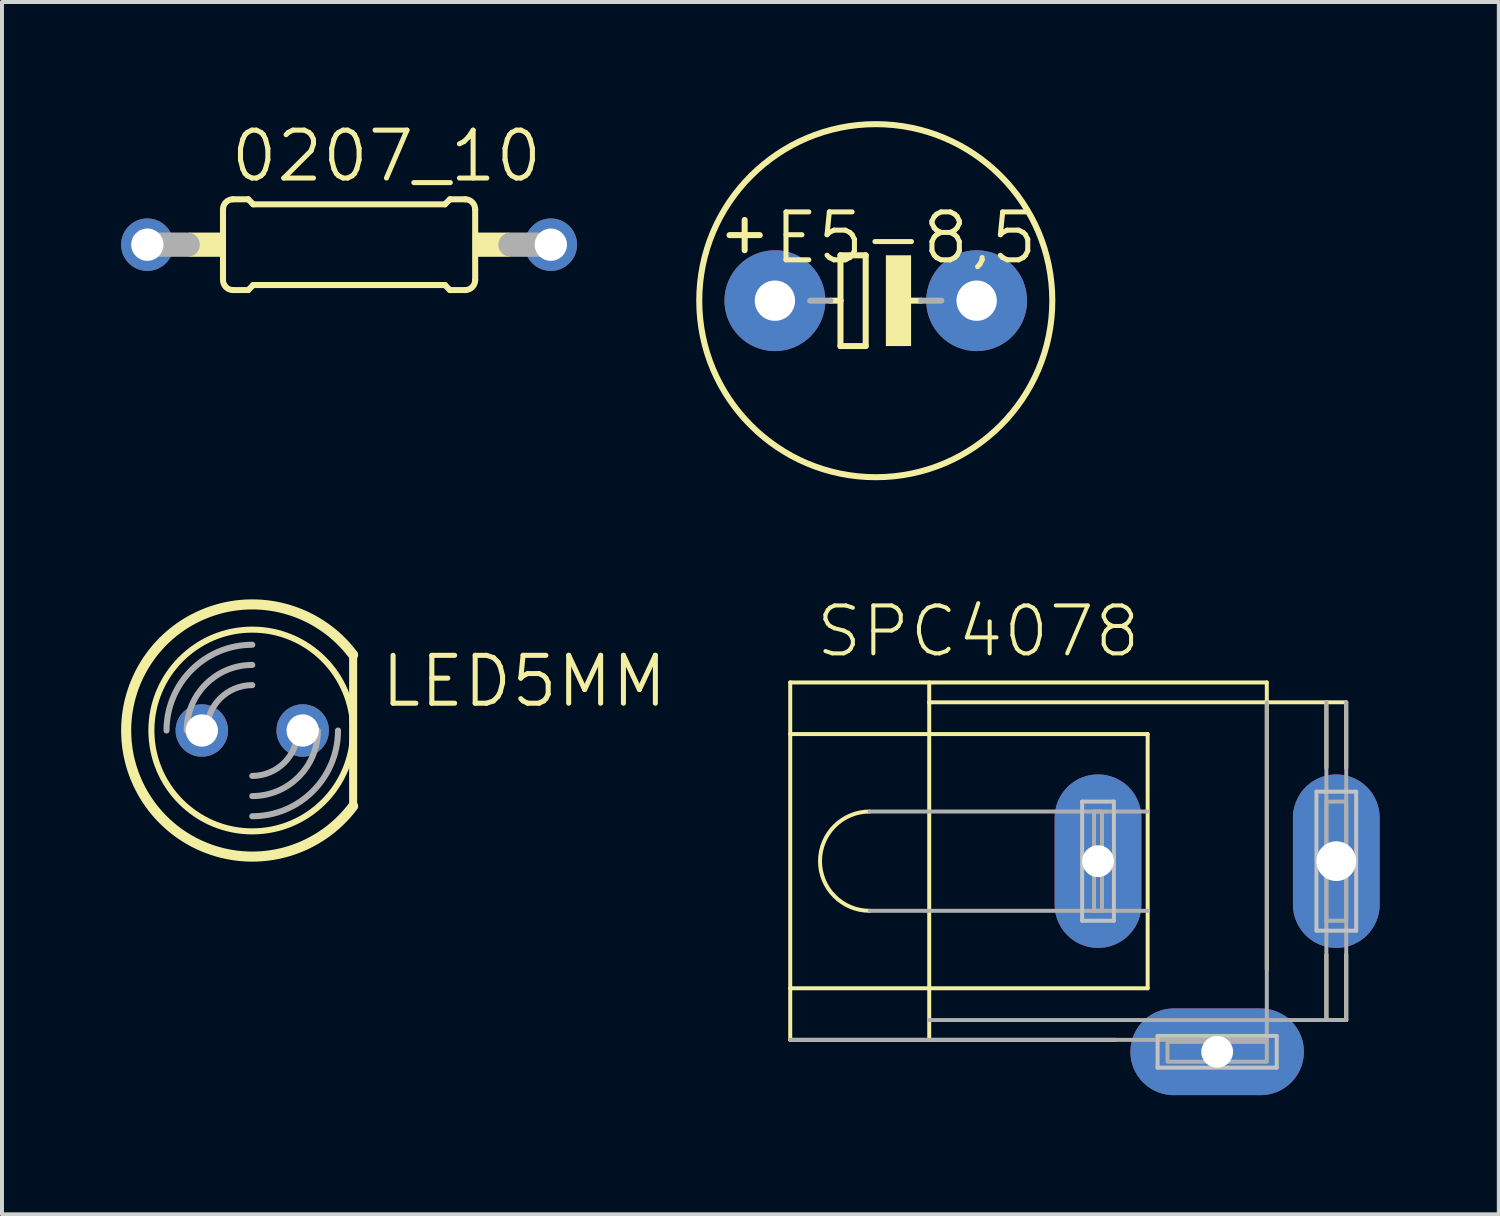
<source format=kicad_pcb>
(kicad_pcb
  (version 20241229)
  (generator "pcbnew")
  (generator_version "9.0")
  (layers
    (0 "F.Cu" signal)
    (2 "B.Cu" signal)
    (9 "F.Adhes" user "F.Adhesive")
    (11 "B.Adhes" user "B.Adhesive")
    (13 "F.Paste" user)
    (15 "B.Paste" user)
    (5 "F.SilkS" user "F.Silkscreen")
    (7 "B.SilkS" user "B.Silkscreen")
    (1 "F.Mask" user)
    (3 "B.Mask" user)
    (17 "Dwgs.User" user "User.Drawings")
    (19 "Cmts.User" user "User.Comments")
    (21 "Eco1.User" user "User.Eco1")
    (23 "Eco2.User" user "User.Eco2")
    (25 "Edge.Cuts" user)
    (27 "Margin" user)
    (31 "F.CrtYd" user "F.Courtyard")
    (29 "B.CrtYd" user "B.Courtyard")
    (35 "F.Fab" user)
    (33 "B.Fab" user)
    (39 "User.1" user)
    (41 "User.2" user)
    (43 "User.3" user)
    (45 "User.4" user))
  (footprint "SPC4078"
    (layer "F.Cu")
    (at 27.598 18.634)
    (property "Reference" "SPC4078" (at -10.16 -5.08 0) (layer "F.SilkS") (effects (font (size 1.206 1.206) (thickness 0.102)) (justify left bottom)))
    (attr through_hole)
    (fp_line (start -10.75 -4.5) (end 1.25 -4.5) (stroke (width 0.1) (type solid)) (layer "F.SilkS"))
    (fp_line (start -10.75 -3.2) (end -10.75 -4.5) (stroke (width 0.1) (type solid)) (layer "F.SilkS"))
    (fp_line (start -10.75 -3.2) (end -1.75 -3.2) (stroke (width 0.1) (type solid)) (layer "F.SilkS"))
    (fp_line (start -10.75 3.2) (end -10.75 -3.2) (stroke (width 0.1) (type solid)) (layer "F.SilkS"))
    (fp_line (start -10.75 3.2) (end -1.75 3.2) (stroke (width 0.1) (type solid)) (layer "F.SilkS"))
    (fp_line (start -10.75 4.5) (end -10.75 3.2) (stroke (width 0.1) (type solid)) (layer "F.SilkS"))
    (fp_line (start -10.75 4.5) (end -2.56 4.5) (stroke (width 0.1) (type solid)) (layer "F.SilkS"))
    (fp_line (start -7.25 -4) (end -7.25 -4.5) (stroke (width 0.1) (type solid)) (layer "F.SilkS"))
    (fp_line (start -7.25 -4) (end 1.25 -4) (stroke (width 0.1) (type solid)) (layer "F.SilkS"))
    (fp_line (start -7.25 4.5) (end -7.25 -4) (stroke (width 0.1) (type solid)) (layer "F.SilkS"))
    (fp_line (start -1.75 -1.25) (end -1.75 -3.2) (stroke (width 0.1) (type solid)) (layer "F.SilkS"))
    (fp_line (start -1.75 1.25) (end -1.75 -1.25) (stroke (width 0.1) (type solid)) (layer "F.SilkS"))
    (fp_line (start -1.75 3.2) (end -1.75 1.25) (stroke (width 0.1) (type solid)) (layer "F.SilkS"))
    (fp_line (start 1.25 -4) (end 1.25 -4.5) (stroke (width 0.1) (type solid)) (layer "F.SilkS"))
    (fp_line (start 1.25 -4) (end 2.75 -4) (stroke (width 0.1) (type solid)) (layer "F.SilkS"))
    (fp_line (start 1.25 2.73) (end 1.25 -4) (stroke (width 0.1) (type solid)) (layer "F.SilkS"))
    (fp_line (start 2.75 -4) (end 3.25 -4) (stroke (width 0.1) (type solid)) (layer "F.SilkS"))
    (fp_line (start 2.75 -2.35) (end 2.75 -4) (stroke (width 0.1) (type solid)) (layer "F.SilkS"))
    (fp_line (start 2.75 4) (end 2.75 2.35) (stroke (width 0.1) (type solid)) (layer "F.SilkS"))
    (fp_line (start 2.75 4) (end 3.25 4) (stroke (width 0.1) (type solid)) (layer "F.SilkS"))
    (fp_line (start 3.25 -2.35) (end 3.25 -4) (stroke (width 0.1) (type solid)) (layer "F.SilkS"))
    (fp_line (start 3.25 4) (end 3.25 2.35) (stroke (width 0.1) (type solid)) (layer "F.SilkS"))
    (fp_arc (start -8.75 1.25) (mid -10 0) (end -8.75 -1.25) (stroke (width 0.1) (type solid)) (layer "F.SilkS"))
    (fp_line (start -3.4 -1.5) (end -2.6 -1.5) (stroke (width 0.1) (type solid)) (layer "Dwgs.User"))
    (fp_line (start -3.4 1.5) (end -3.4 -1.5) (stroke (width 0.1) (type solid)) (layer "Dwgs.User"))
    (fp_line (start -2.6 -1.5) (end -2.6 1.5) (stroke (width 0.1) (type solid)) (layer "Dwgs.User"))
    (fp_line (start -2.6 1.5) (end -3.4 1.5) (stroke (width 0.1) (type solid)) (layer "Dwgs.User"))
    (fp_line (start -1.5 4.4) (end 1.5 4.4) (stroke (width 0.1) (type solid)) (layer "Dwgs.User"))
    (fp_line (start -1.5 5.2) (end -1.5 4.4) (stroke (width 0.1) (type solid)) (layer "Dwgs.User"))
    (fp_line (start 1.5 4.4) (end 1.5 5.2) (stroke (width 0.1) (type solid)) (layer "Dwgs.User"))
    (fp_line (start 1.5 5.2) (end -1.5 5.2) (stroke (width 0.1) (type solid)) (layer "Dwgs.User"))
    (fp_line (start 2.5 -1.75) (end 3.5 -1.75) (stroke (width 0.1) (type solid)) (layer "Dwgs.User"))
    (fp_line (start 2.5 1.75) (end 2.5 -1.75) (stroke (width 0.1) (type solid)) (layer "Dwgs.User"))
    (fp_line (start 3.5 -1.75) (end 3.5 1.75) (stroke (width 0.1) (type solid)) (layer "Dwgs.User"))
    (fp_line (start 3.5 1.75) (end 2.5 1.75) (stroke (width 0.1) (type solid)) (layer "Dwgs.User"))
    (fp_line (start -10.75 4.5) (end 1.25 4.5) (stroke (width 0.1) (type solid)) (layer "F.Fab"))
    (fp_line (start -8.75 -1.25) (end -1.75 -1.25) (stroke (width 0.1) (type solid)) (layer "F.Fab"))
    (fp_line (start -8.75 1.25) (end -1.75 1.25) (stroke (width 0.1) (type solid)) (layer "F.Fab"))
    (fp_line (start -7.25 4) (end 1.25 4) (stroke (width 0.1) (type solid)) (layer "F.Fab"))
    (fp_line (start 1.25 4) (end 1.25 -4) (stroke (width 0.1) (type solid)) (layer "F.Fab"))
    (fp_line (start 1.25 4) (end 2.75 4) (stroke (width 0.1) (type solid)) (layer "F.Fab"))
    (fp_line (start 1.25 4.5) (end 1.25 4) (stroke (width 0.1) (type solid)) (layer "F.Fab"))
    (fp_line (start 2.75 4) (end 2.75 -4) (stroke (width 0.1) (type solid)) (layer "F.Fab"))
    (fp_line (start 2.75 4) (end 3.25 4) (stroke (width 0.1) (type solid)) (layer "F.Fab"))
    (fp_line (start 3.25 4) (end 3.25 -4) (stroke (width 0.1) (type solid)) (layer "F.Fab"))
    (fp_poly (pts (xy -3.1 1.25) (xy -2.9 1.25) (xy -2.9 -1.25) (xy -3.1 -1.25)) (stroke (width 0.1) (type solid)) (fill no) (layer "F.Fab"))
    (fp_poly (pts (xy -1.25 5.05) (xy 1.25 5.05) (xy 1.25 4.55) (xy -1.25 4.55)) (stroke (width 0.1) (type solid)) (fill no) (layer "F.Fab"))
    (fp_poly (pts (xy 2.75 1.5) (xy 3.25 1.5) (xy 3.25 -1.5) (xy 2.75 -1.5)) (stroke (width 0.1) (type solid)) (fill no) (layer "F.Fab"))
    (pad "1" thru_hole oval (at -3 0 90) (size 4.369 2.184) (drill 0.8) (layers "*.Cu" "*.Mask"))
    (pad "2" thru_hole oval (at 0 4.8) (size 4.369 2.184) (drill 0.8) (layers "*.Cu" "*.Mask"))
    (pad "3" thru_hole oval (at 3 0 90) (size 4.369 2.184) (drill 1) (layers "*.Cu" "*.Mask")))
  (footprint "LED5MM"
    (layer "F.Cu")
    (at 3.302 15.344)
    (property "Reference" "LED5MM" (at 3.175 -0.533 0) (layer "F.SilkS") (effects (font (size 1.206 1.206) (thickness 0.127)) (justify left bottom)))
    (attr through_hole)
    (fp_line (start 2.54 1.905) (end 2.54 -1.905) (stroke (width 0.203) (type solid)) (layer "F.SilkS"))
    (fp_arc (start 2.54 1.905) (mid -3.175 0) (end 2.54 -1.905) (stroke (width 0.254) (type solid)) (layer "F.SilkS"))
    (fp_circle (center 0 0) (end 2.54 0) (stroke (width 0.152) (type solid)) (fill no) (layer "F.SilkS"))
    (fp_arc (start -2.159 0) (mid -1.526644 -1.526644) (end 0 -2.159) (stroke (width 0.1524) (type solid)) (layer "F.Fab"))
    (fp_arc (start -1.651 0) (mid -1.167433 -1.167433) (end 0 -1.651) (stroke (width 0.1524) (type solid)) (layer "F.Fab"))
    (fp_arc (start -1.143 0) (mid -0.808223 -0.808223) (end 0 -1.143) (stroke (width 0.1524) (type solid)) (layer "F.Fab"))
    (fp_arc (start 1.143 0) (mid 0.808223 0.808223) (end 0 1.143) (stroke (width 0.1524) (type solid)) (layer "F.Fab"))
    (fp_arc (start 1.651 0) (mid 1.167433 1.167433) (end 0 1.651) (stroke (width 0.1524) (type solid)) (layer "F.Fab"))
    (fp_arc (start 2.159 0) (mid 1.526644 1.526644) (end 0 2.159) (stroke (width 0.1524) (type solid)) (layer "F.Fab"))
    (pad "A" thru_hole circle (at -1.27 0) (size 1.321 1.321) (drill 0.813) (layers "*.Cu" "*.Mask"))
    (pad "K" thru_hole circle (at 1.27 0) (size 1.321 1.321) (drill 0.813) (layers "*.Cu" "*.Mask")))
  (footprint "0207_10"
    (layer "F.Cu")
    (at 5.74 3.111)
    (property "Reference" "0207_10" (at -3.048 -1.524 0) (layer "F.SilkS") (effects (font (size 1.206 1.206) (thickness 0.127)) (justify left bottom)))
    (attr through_hole)
    (fp_line (start -3.175 0.889) (end -3.175 -0.889) (stroke (width 0.152) (type solid)) (layer "F.SilkS"))
    (fp_line (start -2.921 -1.143) (end -2.54 -1.143) (stroke (width 0.152) (type solid)) (layer "F.SilkS"))
    (fp_line (start -2.921 1.143) (end -2.54 1.143) (stroke (width 0.152) (type solid)) (layer "F.SilkS"))
    (fp_line (start -2.413 -1.016) (end -2.54 -1.143) (stroke (width 0.152) (type solid)) (layer "F.SilkS"))
    (fp_line (start -2.413 1.016) (end -2.54 1.143) (stroke (width 0.152) (type solid)) (layer "F.SilkS"))
    (fp_line (start 2.413 -1.016) (end -2.413 -1.016) (stroke (width 0.152) (type solid)) (layer "F.SilkS"))
    (fp_line (start 2.413 -1.016) (end 2.54 -1.143) (stroke (width 0.152) (type solid)) (layer "F.SilkS"))
    (fp_line (start 2.413 1.016) (end -2.413 1.016) (stroke (width 0.152) (type solid)) (layer "F.SilkS"))
    (fp_line (start 2.413 1.016) (end 2.54 1.143) (stroke (width 0.152) (type solid)) (layer "F.SilkS"))
    (fp_line (start 2.921 -1.143) (end 2.54 -1.143) (stroke (width 0.152) (type solid)) (layer "F.SilkS"))
    (fp_line (start 2.921 1.143) (end 2.54 1.143) (stroke (width 0.152) (type solid)) (layer "F.SilkS"))
    (fp_line (start 3.175 0.889) (end 3.175 -0.889) (stroke (width 0.152) (type solid)) (layer "F.SilkS"))
    (fp_arc (start -3.175 -0.889) (mid -3.100605 -1.068605) (end -2.921 -1.143) (stroke (width 0.1524) (type solid)) (layer "F.SilkS"))
    (fp_arc (start -2.921 1.143) (mid -3.100605 1.068605) (end -3.175 0.889) (stroke (width 0.1524) (type solid)) (layer "F.SilkS"))
    (fp_arc (start 2.921 -1.143) (mid 3.100605 -1.068605) (end 3.175 -0.889) (stroke (width 0.1524) (type solid)) (layer "F.SilkS"))
    (fp_arc (start 3.175 0.889) (mid 3.100605 1.068605) (end 2.921 1.143) (stroke (width 0.1524) (type solid)) (layer "F.SilkS"))
    (fp_poly (pts (xy -4.039 0.305) (xy -3.175 0.305) (xy -3.175 -0.305) (xy -4.039 -0.305)) (stroke (width 0) (type solid)) (fill yes) (layer "F.SilkS"))
    (fp_poly (pts (xy 3.175 0.305) (xy 4.039 0.305) (xy 4.039 -0.305) (xy 3.175 -0.305)) (stroke (width 0) (type solid)) (fill yes) (layer "F.SilkS"))
    (fp_line (start -5.08 0) (end -4.064 0) (stroke (width 0.61) (type solid)) (layer "F.Fab"))
    (fp_line (start 5.08 0) (end 4.064 0) (stroke (width 0.61) (type solid)) (layer "F.Fab"))
    (pad "1" thru_hole circle (at -5.08 0) (size 1.321 1.321) (drill 0.813) (layers "*.Cu" "*.Mask"))
    (pad "2" thru_hole circle (at 5.08 0) (size 1.321 1.321) (drill 0.813) (layers "*.Cu" "*.Mask")))
  (footprint "E5-8,5"
    (layer "F.Cu")
    (at 19.002 4.521)
    (property "Reference" "E5-8,5" (at 4.14 -2.286 0) (layer "F.SilkS") (effects (font (size 1.206 1.206) (thickness 0.127)) (justify right top)))
    (attr through_hole)
    (fp_line (start -3.683 -1.651) (end -2.921 -1.651) (stroke (width 0.152) (type solid)) (layer "F.SilkS"))
    (fp_line (start -3.302 -2.032) (end -3.302 -1.27) (stroke (width 0.152) (type solid)) (layer "F.SilkS"))
    (fp_line (start -1.143 0) (end -0.889 0) (stroke (width 0.152) (type solid)) (layer "F.SilkS"))
    (fp_line (start -0.889 -1.143) (end -0.889 0) (stroke (width 0.152) (type solid)) (layer "F.SilkS"))
    (fp_line (start -0.889 0) (end -0.889 1.143) (stroke (width 0.152) (type solid)) (layer "F.SilkS"))
    (fp_line (start -0.889 1.143) (end -0.254 1.143) (stroke (width 0.152) (type solid)) (layer "F.SilkS"))
    (fp_line (start -0.254 -1.143) (end -0.889 -1.143) (stroke (width 0.152) (type solid)) (layer "F.SilkS"))
    (fp_line (start -0.254 1.143) (end -0.254 -1.143) (stroke (width 0.152) (type solid)) (layer "F.SilkS"))
    (fp_line (start 0.635 0) (end 1.143 0) (stroke (width 0.152) (type solid)) (layer "F.SilkS"))
    (fp_circle (center 0 0) (end 4.445 0) (stroke (width 0.152) (type solid)) (fill no) (layer "F.SilkS"))
    (fp_poly (pts (xy 0.254 1.143) (xy 0.889 1.143) (xy 0.889 -1.143) (xy 0.254 -1.143)) (stroke (width 0) (type solid)) (fill yes) (layer "F.SilkS"))
    (fp_line (start -1.651 0) (end -1.143 0) (stroke (width 0.152) (type solid)) (layer "F.Fab"))
    (fp_line (start 1.143 0) (end 1.651 0) (stroke (width 0.152) (type solid)) (layer "F.Fab"))
    (pad "+" thru_hole circle (at -2.54 0) (size 2.54 2.54) (drill 1.016) (layers "*.Cu" "*.Mask"))
    (pad "-" thru_hole circle (at 2.54 0) (size 2.54 2.54) (drill 1.016) (layers "*.Cu" "*.Mask")))
  (gr_rect
    (start -3 -3)
    (end 34.69 27.526)
    (stroke (width 0.1) (type default))
    (fill no)
    (layer "Edge.Cuts")))
</source>
